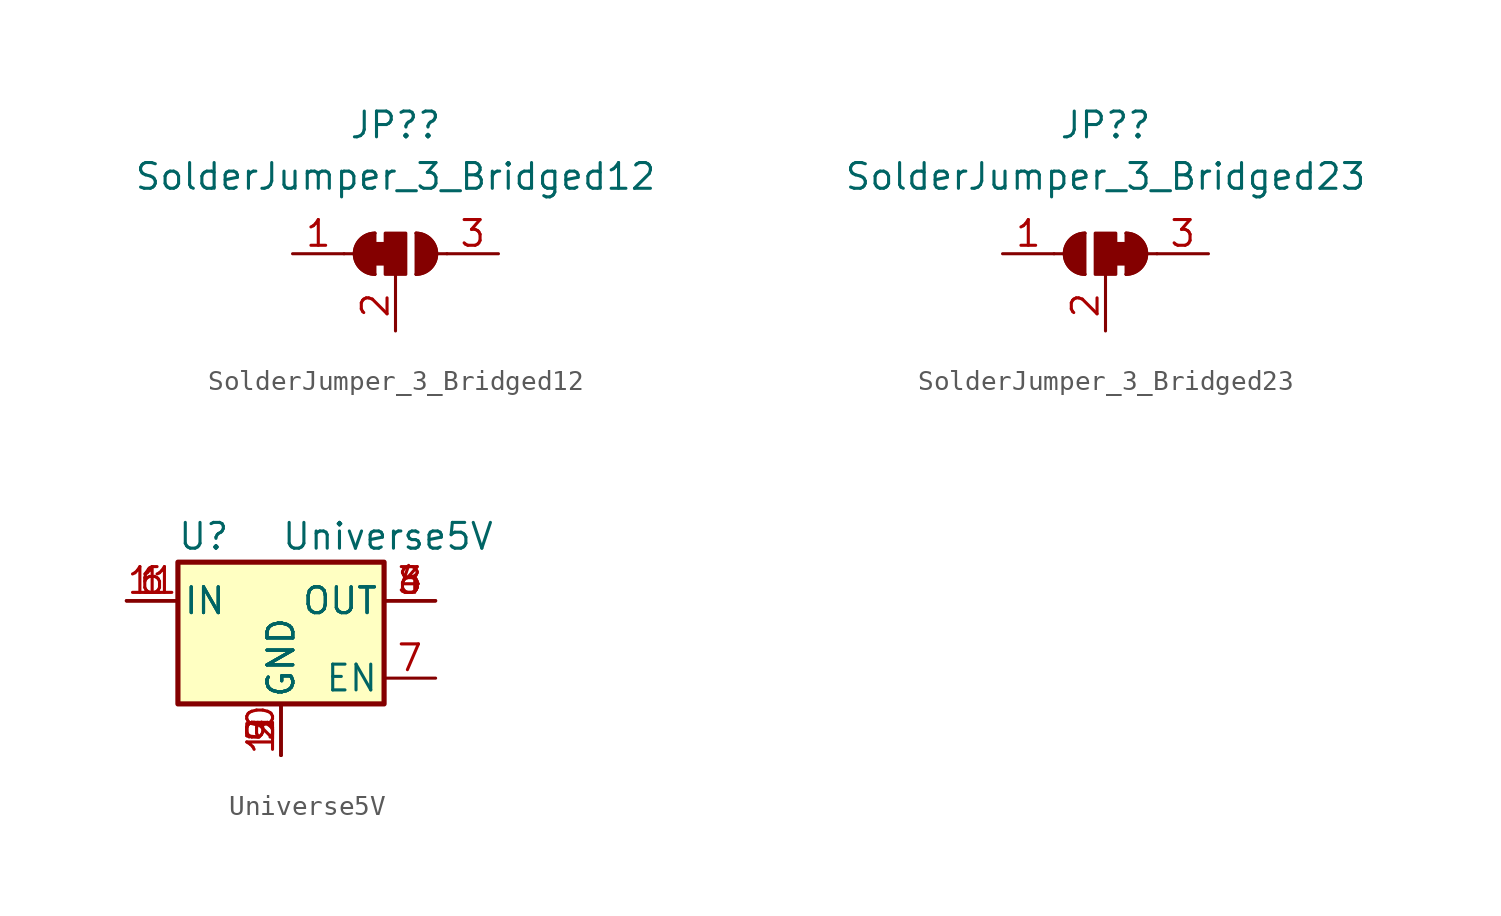
<source format=kicad_sym>
(kicad_symbol_lib
  (version 20211014)
  (generator kicad_symbol_editor)
  (symbol "SolderJumper_3_Bridged12"
    (pin_names
      (offset 0) hide)
    (property "Reference" "JP?"
      (at 0 6.35 0)
      (effects (font (size 1.27 1.27))))
    (property "Value" "SolderJumper_3_Bridged12"
      (at 0 3.81 0)
      (effects (font (size 1.27 1.27))))
    (symbol "SolderJumper_3_Bridged12_0_1"
      (rectangle (start -1.016 0.508) (end -0.508 -0.508) (stroke (width 0) (type default) (color 0 0 0 0)) (fill (type outline)))
      (arc (start -1.016 1.016) (mid -2.032 0) (end -1.016 -1.016) (stroke (width 0) (type default) (color 0 0 0 0)) (fill (type none)))
      (arc (start -1.016 1.016) (mid -2.032 0) (end -1.016 -1.016) (stroke (width 0) (type default) (color 0 0 0 0)) (fill (type outline)))
      (rectangle (start -0.508 1.016) (end 0.508 -1.016) (stroke (width 0) (type default) (color 0 0 0 0)) (fill (type outline)))
      (polyline (pts (xy -2.54 0) (xy -2.032 0)) (stroke (width 0) (type default) (color 0 0 0 0)) (fill (type none)))
      (polyline (pts (xy -1.016 1.016) (xy -1.016 -1.016)) (stroke (width 0) (type default) (color 0 0 0 0)) (fill (type none)))
      (polyline (pts (xy 0 -1.27) (xy 0 -1.016)) (stroke (width 0) (type default) (color 0 0 0 0)) (fill (type none)))
      (polyline (pts (xy 1.016 1.016) (xy 1.016 -1.016)) (stroke (width 0) (type default) (color 0 0 0 0)) (fill (type none)))
      (polyline (pts (xy 2.54 0) (xy 2.032 0)) (stroke (width 0) (type default) (color 0 0 0 0)) (fill (type none)))
      (arc (start 1.016 -1.016) (mid 2.032 0) (end 1.016 1.016) (stroke (width 0) (type default) (color 0 0 0 0)) (fill (type none)))
      (arc (start 1.016 -1.016) (mid 2.032 0) (end 1.016 1.016) (stroke (width 0) (type default) (color 0 0 0 0)) (fill (type outline))))
    (symbol "SolderJumper_3_Bridged12_1_1"
      (pin passive line (at -5.08 0 0) (length 2.54) (name "A" (effects (font (size 1.27 1.27)))) (number "1" (effects (font (size 1.27 1.27)))))
      (pin passive line (at 0 -3.81 90) (length 2.54) (name "C" (effects (font (size 1.27 1.27)))) (number "2" (effects (font (size 1.27 1.27)))))
      (pin passive line (at 5.08 0 180) (length 2.54) (name "B" (effects (font (size 1.27 1.27)))) (number "3" (effects (font (size 1.27 1.27)))))))
  (symbol "SolderJumper_3_Bridged23"
    (pin_names
      (offset 0) hide)
    (property "Reference" "JP?"
      (at 0 6.35 0)
      (effects (font (size 1.27 1.27))))
    (property "Value" "SolderJumper_3_Bridged23"
      (at 0 3.81 0)
      (effects (font (size 1.27 1.27))))
    (symbol "SolderJumper_3_Bridged23_0_1"
      (arc (start -1.016 1.016) (mid -2.032 0) (end -1.016 -1.016) (stroke (width 0) (type default) (color 0 0 0 0)) (fill (type none)))
      (arc (start -1.016 1.016) (mid -2.032 0) (end -1.016 -1.016) (stroke (width 0) (type default) (color 0 0 0 0)) (fill (type outline)))
      (rectangle (start -0.508 1.016) (end 0.508 -1.016) (stroke (width 0) (type default) (color 0 0 0 0)) (fill (type outline)))
      (polyline (pts (xy -2.54 0) (xy -2.032 0)) (stroke (width 0) (type default) (color 0 0 0 0)) (fill (type none)))
      (polyline (pts (xy -1.016 1.016) (xy -1.016 -1.016)) (stroke (width 0) (type default) (color 0 0 0 0)) (fill (type none)))
      (polyline (pts (xy 0 -1.27) (xy 0 -1.016)) (stroke (width 0) (type default) (color 0 0 0 0)) (fill (type none)))
      (polyline (pts (xy 1.016 1.016) (xy 1.016 -1.016)) (stroke (width 0) (type default) (color 0 0 0 0)) (fill (type none)))
      (polyline (pts (xy 2.54 0) (xy 2.032 0)) (stroke (width 0) (type default) (color 0 0 0 0)) (fill (type none)))
      (rectangle (start 0.508 0.508) (end 1.016 -0.508) (stroke (width 0) (type default) (color 0 0 0 0)) (fill (type outline)))
      (arc (start 1.016 -1.016) (mid 2.032 0) (end 1.016 1.016) (stroke (width 0) (type default) (color 0 0 0 0)) (fill (type none)))
      (arc (start 1.016 -1.016) (mid 2.032 0) (end 1.016 1.016) (stroke (width 0) (type default) (color 0 0 0 0)) (fill (type outline))))
    (symbol "SolderJumper_3_Bridged23_1_1"
      (pin passive line (at -5.08 0 0) (length 2.54) (name "A" (effects (font (size 1.27 1.27)))) (number "1" (effects (font (size 1.27 1.27)))))
      (pin passive line (at 0 -3.81 90) (length 2.54) (name "C" (effects (font (size 1.27 1.27)))) (number "2" (effects (font (size 1.27 1.27)))))
      (pin passive line (at 5.08 0 180) (length 2.54) (name "B" (effects (font (size 1.27 1.27)))) (number "3" (effects (font (size 1.27 1.27)))))))
  (symbol "Universe5V"
    (pin_names
      (offset 0.254))
    (property "Reference" "U"
      (at -3.81 3.175 0)
      (effects (font (size 1.27 1.27))))
    (property "Value" "Universe5V"
      (at 0 3.175 0)
      (effects (font (size 1.27 1.27)) (justify left)))
    (symbol "Universe5V_0_0"
      (pin power_in line (at 0 -7.62 90) (length 2.54) (name "GND" (effects (font (size 1.27 1.27)))) (number "10" (effects (font (size 1.27 1.27)))))
      (pin power_in line (at -7.62 0 0) (length 2.54) (name "IN" (effects (font (size 1.27 1.27)))) (number "11" (effects (font (size 1.27 1.27)))))
      (pin passive line (at 7.62 0 180) (length 2.54) (name "OUT" (effects (font (size 1.27 1.27)))) (number "4" (effects (font (size 1.27 1.27)))))
      (pin power_in line (at 0 -7.62 90) (length 2.54) (name "GND" (effects (font (size 1.27 1.27)))) (number "5" (effects (font (size 1.27 1.27)))))
      (pin power_in line (at -7.62 0 0) (length 2.54) (name "IN" (effects (font (size 1.27 1.27)))) (number "6" (effects (font (size 1.27 1.27)))))
      (pin input line (at 7.62 -3.81 180) (length 2.54) (name "EN" (effects (font (size 1.27 1.27)))) (number "7" (effects (font (size 1.27 1.27)))))
      (pin passive line (at 7.62 0 180) (length 2.54) (name "OUT" (effects (font (size 1.27 1.27)))) (number "8" (effects (font (size 1.27 1.27)))))
      (pin power_in line (at 0 -7.62 90) (length 2.54) (name "GND" (effects (font (size 1.27 1.27)))) (number "9" (effects (font (size 1.27 1.27))))))
    (symbol "Universe5V_0_1"
      (rectangle (start -5.08 1.905) (end 5.08 -5.08) (stroke (width 0.254) (type default) (color 0 0 0 0)) (fill (type background))))
    (symbol "Universe5V_1_1"
      (pin power_in line (at -7.62 0 0) (length 2.54) (name "IN" (effects (font (size 1.27 1.27)))) (number "1" (effects (font (size 1.27 1.27)))))
      (pin power_in line (at 0 -7.62 90) (length 2.54) (name "GND" (effects (font (size 1.27 1.27)))) (number "2" (effects (font (size 1.27 1.27)))))
      (pin power_out line (at 7.62 0 180) (length 2.54) (name "OUT" (effects (font (size 1.27 1.27)))) (number "3" (effects (font (size 1.27 1.27))))))))
</source>
